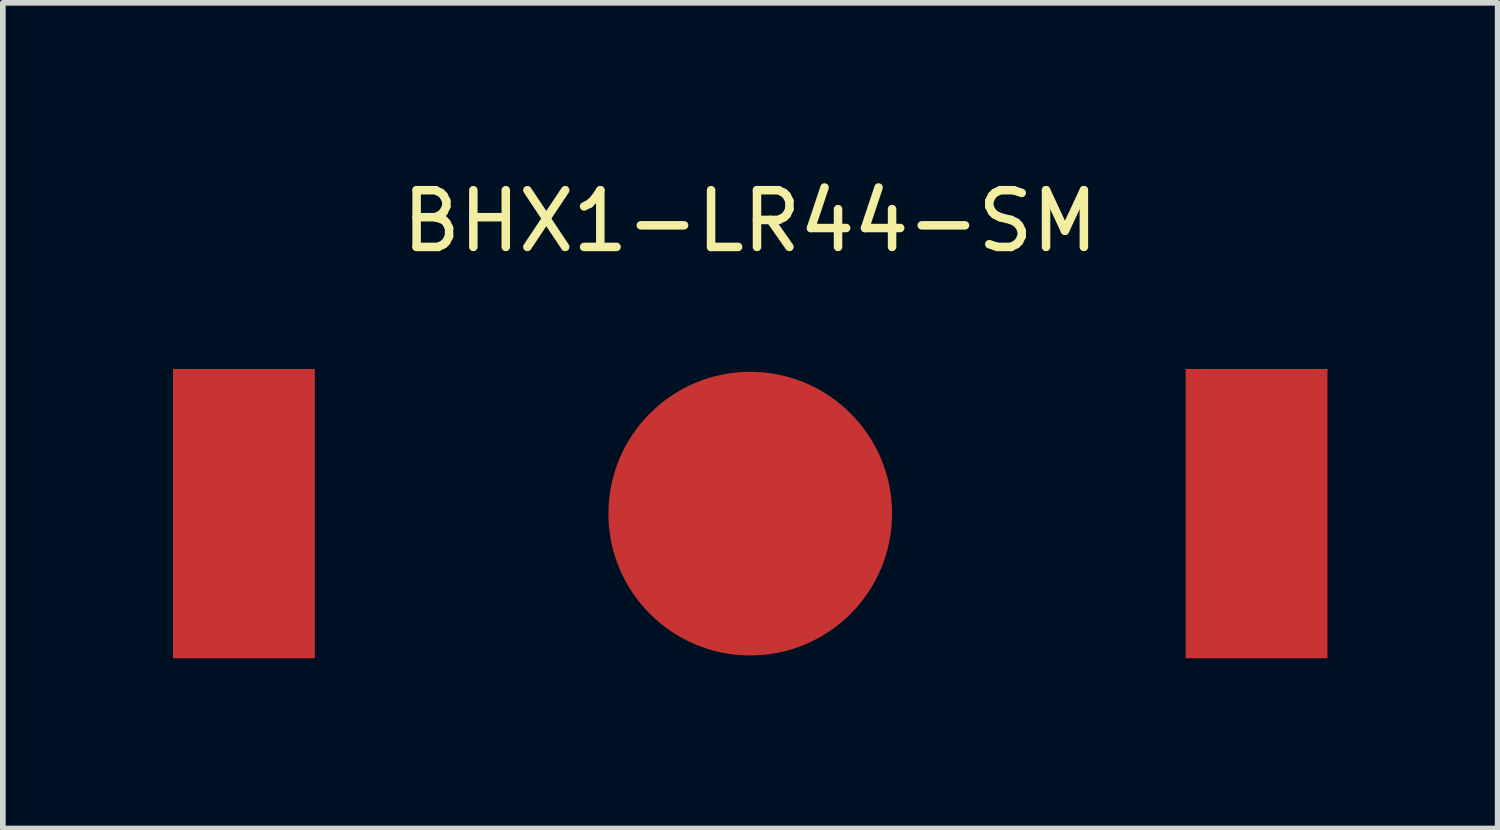
<source format=kicad_pcb>
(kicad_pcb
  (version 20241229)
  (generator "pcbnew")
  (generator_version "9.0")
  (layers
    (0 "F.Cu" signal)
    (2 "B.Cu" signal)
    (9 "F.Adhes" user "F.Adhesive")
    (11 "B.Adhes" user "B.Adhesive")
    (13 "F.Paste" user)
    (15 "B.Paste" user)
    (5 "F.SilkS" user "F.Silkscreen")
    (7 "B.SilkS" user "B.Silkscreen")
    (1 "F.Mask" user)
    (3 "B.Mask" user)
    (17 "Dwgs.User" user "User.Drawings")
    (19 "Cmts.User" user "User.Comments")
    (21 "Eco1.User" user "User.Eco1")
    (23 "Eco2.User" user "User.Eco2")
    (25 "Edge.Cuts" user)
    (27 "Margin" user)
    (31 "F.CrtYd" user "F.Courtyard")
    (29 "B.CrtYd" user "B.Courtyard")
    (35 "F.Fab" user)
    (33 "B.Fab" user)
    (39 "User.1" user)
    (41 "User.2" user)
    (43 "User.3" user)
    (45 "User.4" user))
  (footprint "BHX1-LR44-SM"
    (layer "F.Cu")
    (at 10.175 6.004)
    (property "Reference" "BHX1-LR44-SM" (at 0 -5.156 0) (layer "F.SilkS") (effects (font (size 1 1) (thickness 0.15))))
    (attr through_hole)
    (pad "1" smd rect (at -8.925 0) (size 2.5 5.1) (layers "F.Cu" "F.Mask" "F.Paste"))
    (pad "1" smd rect (at 8.925 0) (size 2.5 5.1) (layers "F.Cu" "F.Mask" "F.Paste"))
    (pad "2" smd circle (at 0 0) (size 5 5) (layers "F.Cu" "F.Mask" "F.Paste")))
  (gr_rect
    (start -3 -3)
    (end 23.35 11.554)
    (stroke (width 0.1) (type default))
    (fill no)
    (layer "Edge.Cuts")))
</source>
